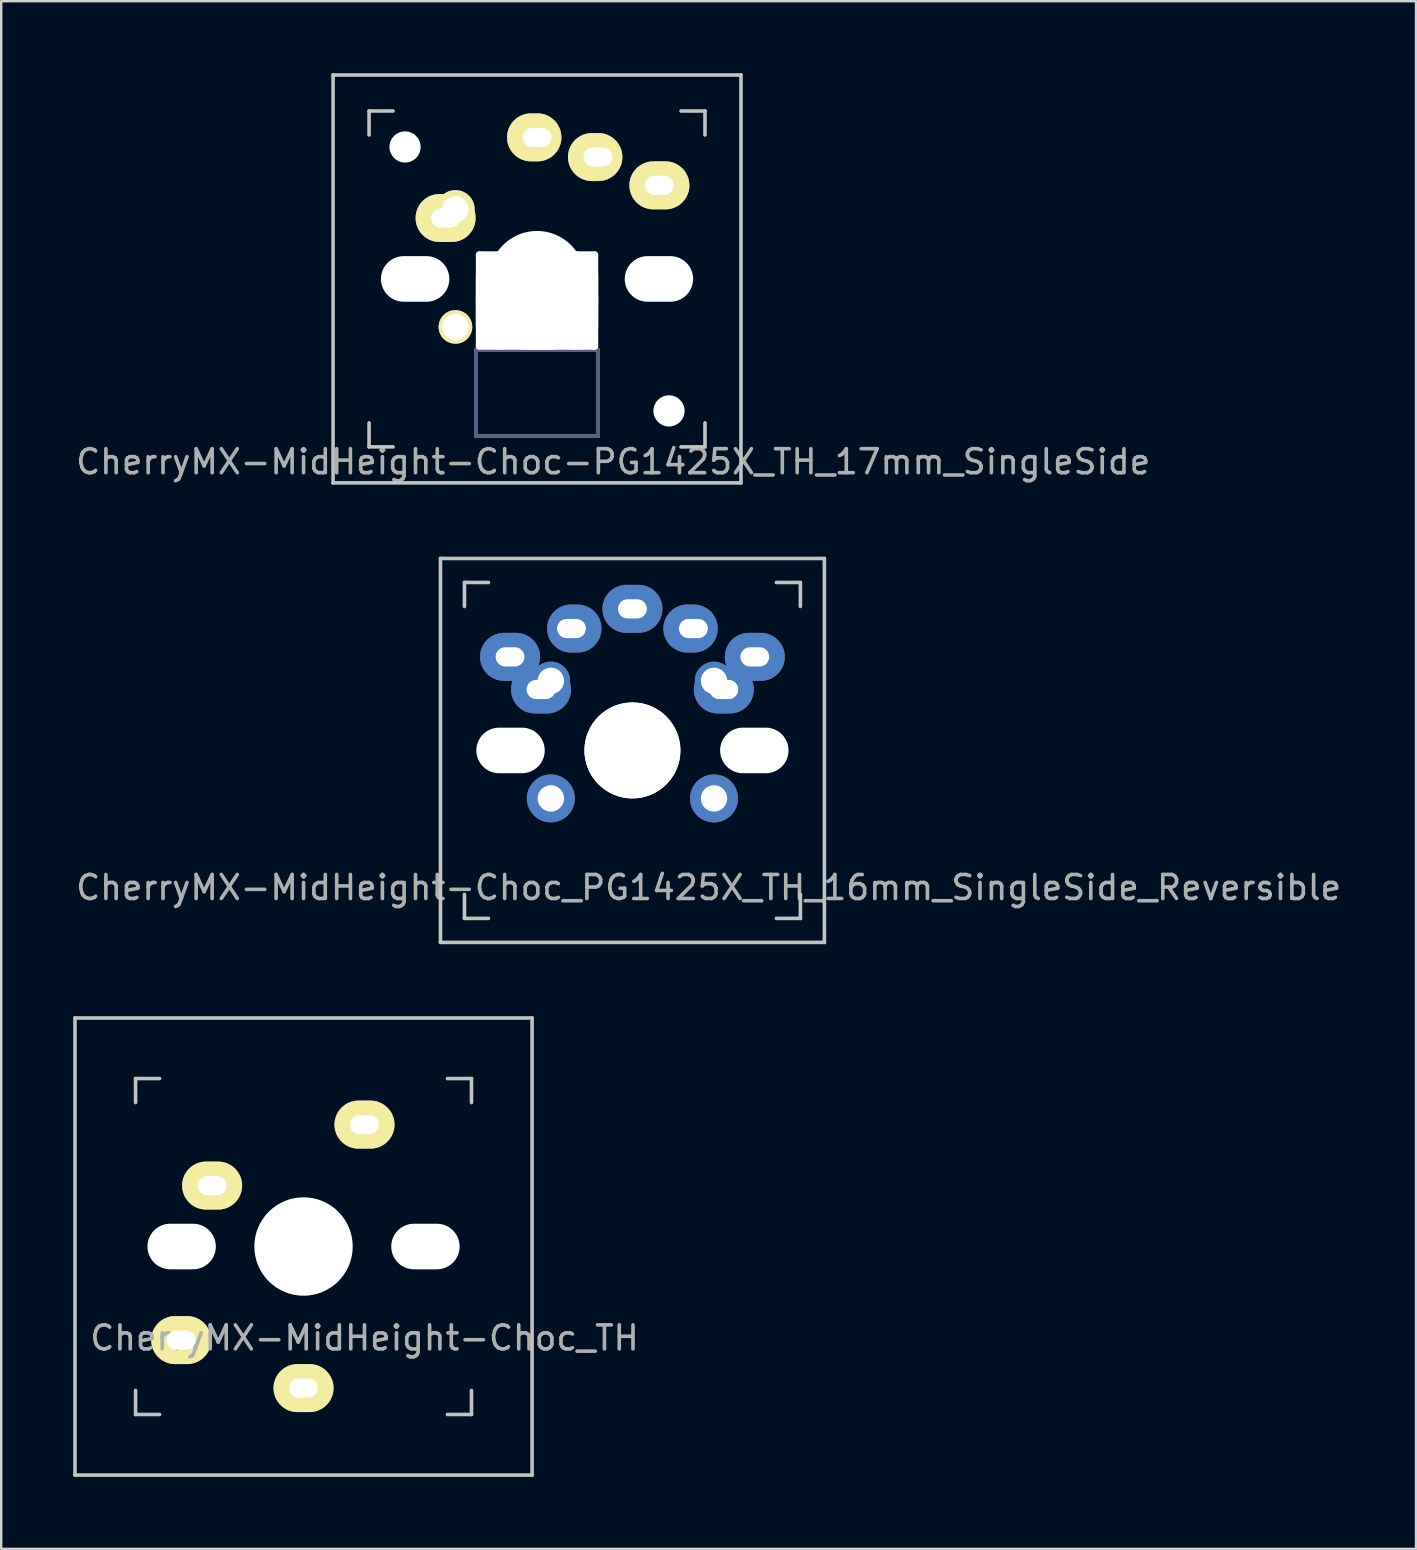
<source format=kicad_pcb>
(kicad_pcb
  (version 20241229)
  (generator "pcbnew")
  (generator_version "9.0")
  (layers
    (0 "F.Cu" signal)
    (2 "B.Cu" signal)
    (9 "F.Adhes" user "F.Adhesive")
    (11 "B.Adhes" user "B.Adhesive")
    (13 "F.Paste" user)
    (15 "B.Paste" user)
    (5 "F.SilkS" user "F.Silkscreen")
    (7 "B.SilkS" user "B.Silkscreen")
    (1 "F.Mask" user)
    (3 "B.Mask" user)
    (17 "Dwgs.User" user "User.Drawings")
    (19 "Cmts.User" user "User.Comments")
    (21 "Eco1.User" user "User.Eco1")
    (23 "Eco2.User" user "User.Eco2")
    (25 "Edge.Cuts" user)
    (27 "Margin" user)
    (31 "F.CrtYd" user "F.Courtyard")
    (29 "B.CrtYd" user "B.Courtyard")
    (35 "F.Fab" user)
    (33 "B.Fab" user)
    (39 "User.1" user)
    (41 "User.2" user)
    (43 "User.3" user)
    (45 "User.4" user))
  (footprint "CherryMX-MidHeight-Choc_PG1425X_TH_16mm_SingleSide_Reversible"
    (layer "F.Cu")
    (at 23.307 28.225)
    (property "Reference" "CherryMX-MidHeight-Choc_PG1425X_TH_16mm_SingleSide_Reversible" (at 3.175 5.715 0) (layer "F.Fab") (effects (font (size 1 1) (thickness 0.15))))
    (attr through_hole)
    (fp_line (start -8 -8) (end 8 -8) (stroke (width 0.15) (type solid)) (layer "Dwgs.User"))
    (fp_line (start -8 8) (end -8 -8) (stroke (width 0.15) (type solid)) (layer "Dwgs.User"))
    (fp_line (start -7 -7) (end -7 -6) (stroke (width 0.15) (type solid)) (layer "Dwgs.User"))
    (fp_line (start -7 6) (end -7 7) (stroke (width 0.15) (type solid)) (layer "Dwgs.User"))
    (fp_line (start -7 7) (end -6 7) (stroke (width 0.15) (type solid)) (layer "Dwgs.User"))
    (fp_line (start -6 -7) (end -7 -7) (stroke (width 0.15) (type solid)) (layer "Dwgs.User"))
    (fp_line (start 6 7) (end 7 7) (stroke (width 0.15) (type solid)) (layer "Dwgs.User"))
    (fp_line (start 7 -7) (end 6 -7) (stroke (width 0.15) (type solid)) (layer "Dwgs.User"))
    (fp_line (start 7 -6) (end 7 -7) (stroke (width 0.15) (type solid)) (layer "Dwgs.User"))
    (fp_line (start 7 7) (end 7 6) (stroke (width 0.15) (type solid)) (layer "Dwgs.User"))
    (fp_line (start 8 -8) (end 8 8) (stroke (width 0.15) (type solid)) (layer "Dwgs.User"))
    (fp_line (start 8 8) (end -8 8) (stroke (width 0.15) (type solid)) (layer "Dwgs.User"))
    (pad "" np_thru_hole oval (at -5.08 0) (size 2.85 1.9) (drill oval 2.85 1.9) (layers "*.Cu" "*.Mask"))
    (pad "" np_thru_hole circle (at 0 0 270) (size 4 4) (drill 4) (layers "*.Cu" "*.Mask"))
    (pad "" np_thru_hole circle (at 0 0 90) (size 4 4) (drill 4) (layers "*.Cu" "*.Mask"))
    (pad "" np_thru_hole oval (at 5.08 0 180) (size 2.85 1.9) (drill oval 2.85 1.9) (layers "*.Cu" "*.Mask"))
    (pad "1" thru_hole oval (at -5.1 -3.9 180) (size 2.5 2) (drill oval 1.2 0.8) (layers "*.Cu" "F.Mask"))
    (pad "1" thru_hole oval (at -3.81 -2.54) (size 2.5 2) (drill oval 1.2 0.8) (layers "*.Cu" "B.Mask"))
    (pad "1" thru_hole circle (at -3.4 -2.9 270) (size 1.6 1.6) (drill 1.1) (layers "*.Cu" "B.Mask"))
    (pad "1" thru_hole circle (at 3.4 -2.9 90) (size 1.6 1.6) (drill 1.1) (layers "*.Cu" "F.Mask"))
    (pad "1" thru_hole oval (at 3.81 -2.54) (size 2.5 2) (drill oval 1.2 0.8) (layers "*.Cu" "F.Mask"))
    (pad "1" thru_hole oval (at 5.1 -3.9 180) (size 2.5 2) (drill oval 1.2 0.8) (layers "*.Cu" "B.Mask"))
    (pad "2" thru_hole circle (at -3.4 2 180) (size 2 2) (drill 1.1) (layers "*.Cu" "B.Mask"))
    (pad "2" thru_hole oval (at -2.54 -5.08) (size 2.266 2) (drill oval 1.2 0.8 (offset 0.117 0)) (layers "*.Cu" "F.Mask"))
    (pad "2" thru_hole oval (at 0 -5.9 180) (size 2.5 2) (drill oval 1.2 0.8) (layers "*.Cu" "*.Mask"))
    (pad "2" thru_hole oval (at 2.54 -5.08) (size 2.266 2) (drill oval 1.2 0.8 (offset -0.117 0)) (layers "*.Cu" "B.Mask"))
    (pad "2" thru_hole circle (at 3.4 2 180) (size 2 2) (drill 1.1) (layers "*.Cu" "F.Mask")))
  (footprint "CherryMX-MidHeight-Choc_TH"
    (layer "F.Cu")
    (at 9.6 48.9)
    (property "Reference" "CherryMX-MidHeight-Choc_TH" (at 2.54 3.81 0) (layer "F.Fab") (effects (font (size 1 1) (thickness 0.15))))
    (attr through_hole)
    (fp_line (start -9.525 -9.525) (end 9.525 -9.525) (stroke (width 0.15) (type solid)) (layer "Dwgs.User"))
    (fp_line (start -9.525 9.525) (end -9.525 -9.525) (stroke (width 0.15) (type solid)) (layer "Dwgs.User"))
    (fp_line (start -7 -7) (end -7 -6) (stroke (width 0.15) (type solid)) (layer "Dwgs.User"))
    (fp_line (start -7 6) (end -7 7) (stroke (width 0.15) (type solid)) (layer "Dwgs.User"))
    (fp_line (start -7 7) (end -6 7) (stroke (width 0.15) (type solid)) (layer "Dwgs.User"))
    (fp_line (start -6 -7) (end -7 -7) (stroke (width 0.15) (type solid)) (layer "Dwgs.User"))
    (fp_line (start 6 7) (end 7 7) (stroke (width 0.15) (type solid)) (layer "Dwgs.User"))
    (fp_line (start 7 -7) (end 6 -7) (stroke (width 0.15) (type solid)) (layer "Dwgs.User"))
    (fp_line (start 7 -6) (end 7 -7) (stroke (width 0.15) (type solid)) (layer "Dwgs.User"))
    (fp_line (start 7 7) (end 7 6) (stroke (width 0.15) (type solid)) (layer "Dwgs.User"))
    (fp_line (start 9.525 -9.525) (end 9.525 9.525) (stroke (width 0.15) (type solid)) (layer "Dwgs.User"))
    (fp_line (start 9.525 9.525) (end -9.525 9.525) (stroke (width 0.15) (type solid)) (layer "Dwgs.User"))
    (pad "" np_thru_hole oval (at -5.08 0) (size 2.85 1.9) (drill oval 2.85 1.9) (layers "*.Cu" "*.Mask"))
    (pad "" np_thru_hole circle (at 0 0 90) (size 4 4) (drill 4) (layers "*.Cu" "*.Mask"))
    (pad "" np_thru_hole circle (at 0 0 90) (size 4.1 4.1) (drill 4.1) (layers "*.Cu" "*.Mask"))
    (pad "" np_thru_hole oval (at 5.08 0 180) (size 2.85 1.9) (drill oval 2.85 1.9) (layers "*.Cu" "*.Mask"))
    (pad "1" thru_hole oval (at -5.1 3.9) (size 2.5 2) (drill oval 1.2 0.8) (layers "*.Cu" "B.Mask" "F.SilkS"))
    (pad "1" thru_hole oval (at -3.81 -2.54) (size 2.5 2) (drill oval 1.2 0.8) (layers "*.Cu" "B.Mask" "F.SilkS"))
    (pad "2" thru_hole oval (at 0 5.9) (size 2.5 2) (drill oval 1.2 0.8) (layers "*.Cu" "B.Mask" "F.SilkS"))
    (pad "2" thru_hole oval (at 2.54 -5.08) (size 2.5 2) (drill oval 1.2 0.8) (layers "*.Cu" "B.Mask" "F.SilkS")))
  (footprint "CherryMX-MidHeight-Choc-PG1425X_TH_17mm_SingleSide"
    (layer "F.Cu")
    (at 19.331 8.575)
    (property "Reference" "CherryMX-MidHeight-Choc-PG1425X_TH_17mm_SingleSide" (at 3.175 7.62 0) (layer "F.Fab") (effects (font (size 1 1) (thickness 0.15))))
    (attr through_hole)
    (fp_line (start -8.5 -8.5) (end 8.5 -8.5) (stroke (width 0.15) (type solid)) (layer "Dwgs.User"))
    (fp_line (start -8.5 8.5) (end -8.5 -8.5) (stroke (width 0.15) (type solid)) (layer "Dwgs.User"))
    (fp_line (start -7 -7) (end -7 -6) (stroke (width 0.15) (type solid)) (layer "Dwgs.User"))
    (fp_line (start -7 6) (end -7 7) (stroke (width 0.15) (type solid)) (layer "Dwgs.User"))
    (fp_line (start -7 7) (end -6 7) (stroke (width 0.15) (type solid)) (layer "Dwgs.User"))
    (fp_line (start -6 -7) (end -7 -7) (stroke (width 0.15) (type solid)) (layer "Dwgs.User"))
    (fp_line (start 6 7) (end 7 7) (stroke (width 0.15) (type solid)) (layer "Dwgs.User"))
    (fp_line (start 7 -7) (end 6 -7) (stroke (width 0.15) (type solid)) (layer "Dwgs.User"))
    (fp_line (start 7 -6) (end 7 -7) (stroke (width 0.15) (type solid)) (layer "Dwgs.User"))
    (fp_line (start 7 7) (end 7 6) (stroke (width 0.15) (type solid)) (layer "Dwgs.User"))
    (fp_line (start 8.5 -8.5) (end 8.5 8.5) (stroke (width 0.15) (type solid)) (layer "Dwgs.User"))
    (fp_line (start 8.5 8.5) (end -8.5 8.5) (stroke (width 0.15) (type solid)) (layer "Dwgs.User"))
    (fp_line (start -2.55 2.95) (end 2.55 2.95) (stroke (width 0.15) (type solid)) (layer "B.Fab"))
    (fp_line (start -2.55 6.55) (end -2.55 2.95) (stroke (width 0.15) (type solid)) (layer "B.Fab"))
    (fp_line (start 2.55 2.95) (end 2.55 6.55) (stroke (width 0.15) (type solid)) (layer "B.Fab"))
    (fp_line (start 2.55 6.55) (end -2.55 6.55) (stroke (width 0.15) (type solid)) (layer "B.Fab"))
    (fp_line (start -2.55 2.95) (end -2.55 6.55) (stroke (width 0.15) (type solid)) (layer "F.Fab"))
    (fp_line (start -2.55 6.55) (end 2.55 6.55) (stroke (width 0.15) (type solid)) (layer "F.Fab"))
    (fp_line (start 2.55 2.95) (end -2.55 2.95) (stroke (width 0.15) (type solid)) (layer "F.Fab"))
    (fp_line (start 2.55 6.55) (end 2.55 2.95) (stroke (width 0.15) (type solid)) (layer "F.Fab"))
    (pad "" np_thru_hole circle (at -5.5 -5.5 180) (size 1.3 1.3) (drill 1.3) (layers "*.Cu" "*.Mask"))
    (pad "" np_thru_hole oval (at -5.08 0) (size 2.85 1.9) (drill oval 2.85 1.9) (layers "*.Cu" "*.Mask"))
    (pad "" np_thru_hole oval (at -2.4 0.9) (size 0.3 4.1) (drill oval 0.3 4.1) (layers "*.Cu" "*.Mask"))
    (pad "" np_thru_hole oval (at -1.55 0.9) (size 2 4.1) (drill oval 2 4.1) (layers "*.Cu" "*.Mask"))
    (pad "" np_thru_hole oval (at 0 -1) (size 5.1 0.3) (drill oval 5.1 0.3) (layers "*.Cu" "*.Mask"))
    (pad "" np_thru_hole circle (at 0 0 90) (size 4 4) (drill 4) (layers "*.Cu" "*.Mask"))
    (pad "" np_thru_hole oval (at 0 0.9) (size 5.1 4.1) (drill oval 5.1 4.1) (layers "*.Cu" "*.Mask"))
    (pad "" np_thru_hole oval (at 0 2.8) (size 5.1 0.3) (drill oval 5.1 0.3) (layers "*.Cu" "*.Mask"))
    (pad "" np_thru_hole oval (at 1.55 0.9) (size 2 4.1) (drill oval 2 4.1) (layers "*.Cu" "*.Mask"))
    (pad "" np_thru_hole oval (at 2.4 0.9) (size 0.3 4.1) (drill oval 0.3 4.1) (layers "*.Cu" "*.Mask"))
    (pad "" np_thru_hole oval (at 5.08 0 180) (size 2.85 1.9) (drill oval 2.85 1.9) (layers "*.Cu" "*.Mask"))
    (pad "" np_thru_hole circle (at 5.5 5.5 180) (size 1.3 1.3) (drill 1.3) (layers "*.Cu" "*.Mask"))
    (pad "1" thru_hole oval (at -3.81 -2.54) (size 2.5 2) (drill oval 1.2 0.8) (layers "*.Cu" "B.Mask" "F.SilkS"))
    (pad "1" thru_hole circle (at -3.4 -2.9 180) (size 1.6 1.6) (drill 1.1) (layers "*.Cu" "B.Mask" "F.SilkS"))
    (pad "1" thru_hole oval (at 5.1 -3.9 180) (size 2.5 2) (drill oval 1.2 0.8) (layers "*.Cu" "B.Mask" "F.SilkS"))
    (pad "2" thru_hole circle (at -3.4 2 180) (size 1.4 1.4) (drill 1.1) (layers "*.Cu" "B.Mask" "F.SilkS"))
    (pad "2" thru_hole oval (at 0 -5.9 180) (size 2.266 2) (drill oval 1.2 0.8 (offset 0.117 0)) (layers "*.Cu" "B.Mask" "F.SilkS"))
    (pad "2" thru_hole oval (at 2.54 -5.08) (size 2.266 2) (drill oval 1.2 0.8 (offset -0.117 0)) (layers "*.Cu" "B.Mask" "F.SilkS")))
  (gr_rect
    (start -3 -3)
    (end 55.964 61.5)
    (stroke (width 0.1) (type default))
    (fill no)
    (layer "Edge.Cuts")))
</source>
